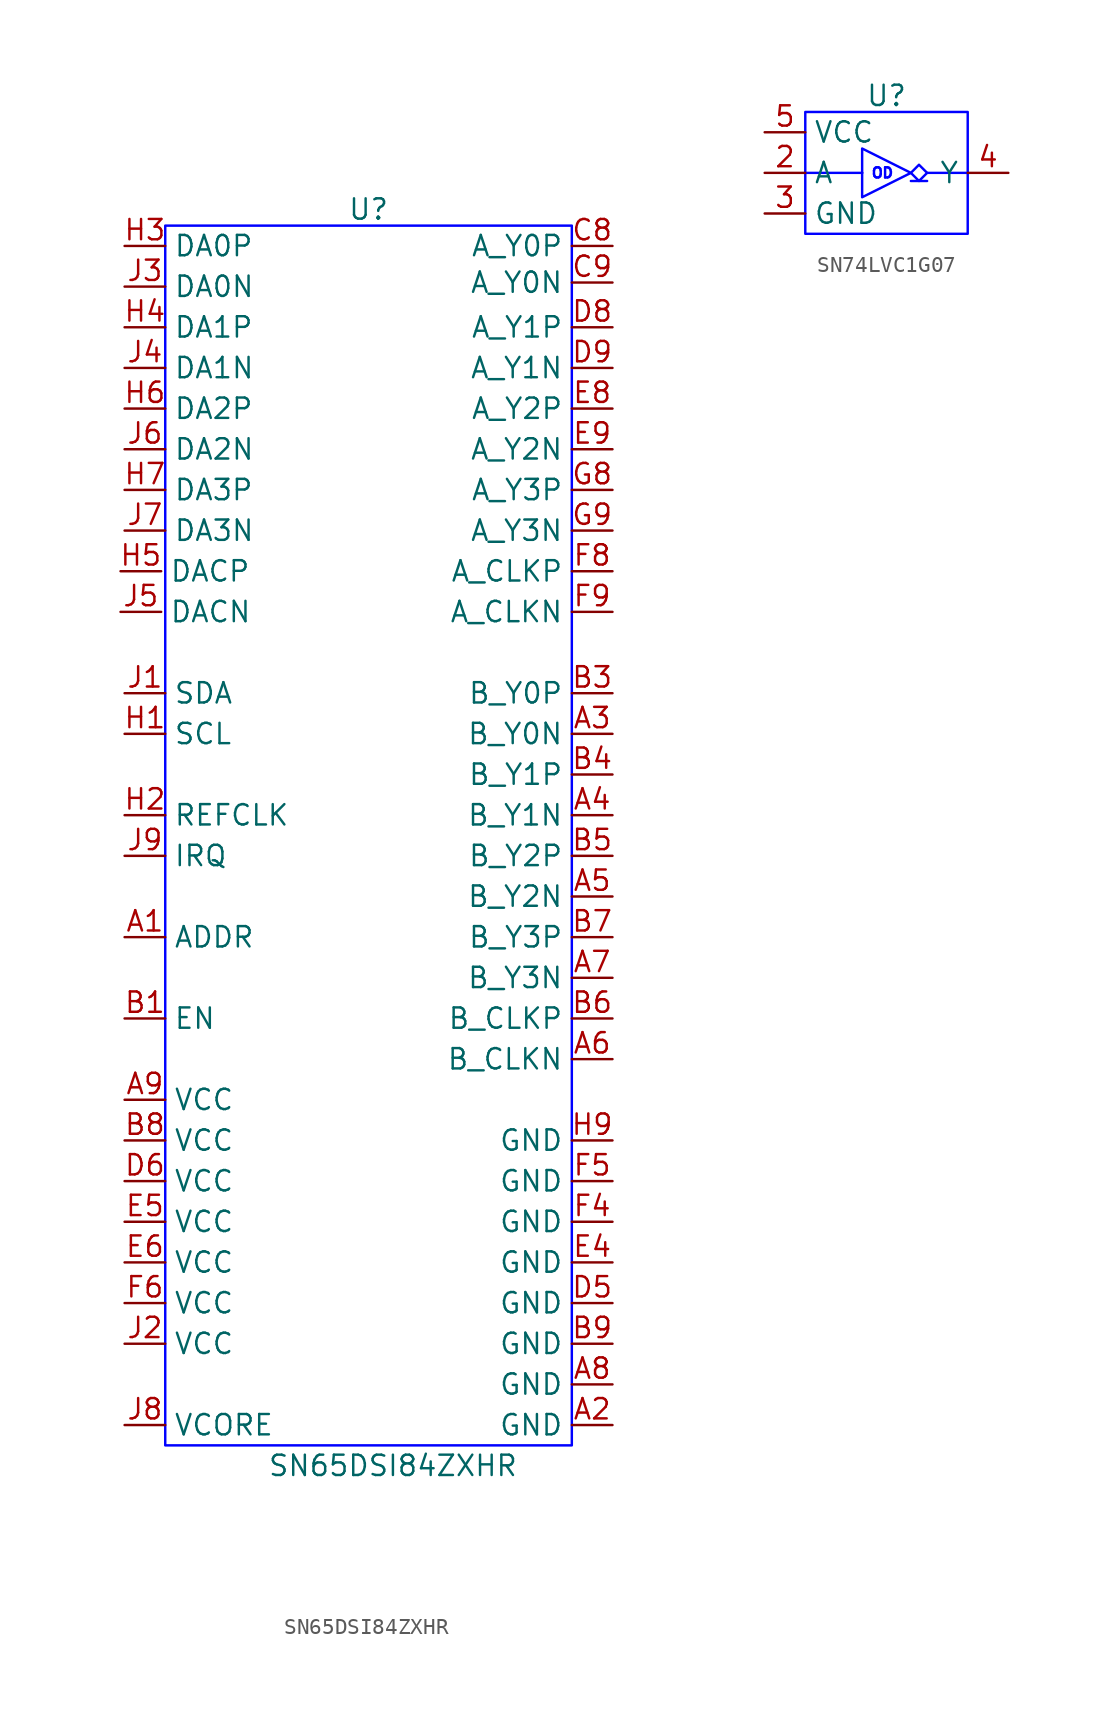
<source format=kicad_sym>
(kicad_symbol_lib
  (version 20241209)
  (generator "kicad_symbol_editor")
  (generator_version "9.0")
  (symbol "SN65DSI84ZXHR"
    (property "Reference" "U"
      (at 12.7 1.016 0)
      (effects (font (size 1.27 1.27))))
    (property "Value" "SN65DSI84ZXHR"
      (at 14.224 -77.47 0)
      (effects (font (size 1.27 1.27))))
    (symbol "SN65DSI84ZXHR_1_1"
      (rectangle (start 0 0) (end 25.4 -76.2) (stroke (width 0) (type solid) (color 0 0 255 1)) (fill (type none)))
      (pin input line (at -2.794 -21.59 0) (length 2.54) (name "DACP" (effects (font (size 1.27 1.27)))) (number "H5" (effects (font (size 1.27 1.27)))))
      (pin input line (at -2.794 -24.13 0) (length 2.54) (name "DACN" (effects (font (size 1.27 1.27)))) (number "J5" (effects (font (size 1.27 1.27)))))
      (pin input line (at -2.54 -1.27 0) (length 2.54) (name "DA0P" (effects (font (size 1.27 1.27)))) (number "H3" (effects (font (size 1.27 1.27)))))
      (pin input line (at -2.54 -3.81 0) (length 2.54) (name "DA0N" (effects (font (size 1.27 1.27)))) (number "J3" (effects (font (size 1.27 1.27)))))
      (pin input line (at -2.54 -6.35 0) (length 2.54) (name "DA1P" (effects (font (size 1.27 1.27)))) (number "H4" (effects (font (size 1.27 1.27)))))
      (pin input line (at -2.54 -8.89 0) (length 2.54) (name "DA1N" (effects (font (size 1.27 1.27)))) (number "J4" (effects (font (size 1.27 1.27)))))
      (pin input line (at -2.54 -11.43 0) (length 2.54) (name "DA2P" (effects (font (size 1.27 1.27)))) (number "H6" (effects (font (size 1.27 1.27)))))
      (pin input line (at -2.54 -13.97 0) (length 2.54) (name "DA2N" (effects (font (size 1.27 1.27)))) (number "J6" (effects (font (size 1.27 1.27)))))
      (pin input line (at -2.54 -16.51 0) (length 2.54) (name "DA3P" (effects (font (size 1.27 1.27)))) (number "H7" (effects (font (size 1.27 1.27)))))
      (pin input line (at -2.54 -19.05 0) (length 2.54) (name "DA3N" (effects (font (size 1.27 1.27)))) (number "J7" (effects (font (size 1.27 1.27)))))
      (pin bidirectional line (at -2.54 -29.21 0) (length 2.54) (name "SDA" (effects (font (size 1.27 1.27)))) (number "J1" (effects (font (size 1.27 1.27)))))
      (pin input line (at -2.54 -31.75 0) (length 2.54) (name "SCL" (effects (font (size 1.27 1.27)))) (number "H1" (effects (font (size 1.27 1.27)))))
      (pin input line (at -2.54 -36.83 0) (length 2.54) (name "REFCLK" (effects (font (size 1.27 1.27)))) (number "H2" (effects (font (size 1.27 1.27)))))
      (pin output line (at -2.54 -39.37 0) (length 2.54) (name "IRQ" (effects (font (size 1.27 1.27)))) (number "J9" (effects (font (size 1.27 1.27)))))
      (pin input line (at -2.54 -44.45 0) (length 2.54) (name "ADDR" (effects (font (size 1.27 1.27)))) (number "A1" (effects (font (size 1.27 1.27)))))
      (pin input line (at -2.54 -49.53 0) (length 2.54) (name "EN" (effects (font (size 1.27 1.27)))) (number "B1" (effects (font (size 1.27 1.27)))))
      (pin power_in line (at -2.54 -54.61 0) (length 2.54) (name "VCC" (effects (font (size 1.27 1.27)))) (number "A9" (effects (font (size 1.27 1.27)))))
      (pin power_in line (at -2.54 -57.15 0) (length 2.54) (name "VCC" (effects (font (size 1.27 1.27)))) (number "B8" (effects (font (size 1.27 1.27)))))
      (pin power_in line (at -2.54 -59.69 0) (length 2.54) (name "VCC" (effects (font (size 1.27 1.27)))) (number "D6" (effects (font (size 1.27 1.27)))))
      (pin power_in line (at -2.54 -62.23 0) (length 2.54) (name "VCC" (effects (font (size 1.27 1.27)))) (number "E5" (effects (font (size 1.27 1.27)))))
      (pin power_in line (at -2.54 -64.77 0) (length 2.54) (name "VCC" (effects (font (size 1.27 1.27)))) (number "E6" (effects (font (size 1.27 1.27)))))
      (pin power_in line (at -2.54 -67.31 0) (length 2.54) (name "VCC" (effects (font (size 1.27 1.27)))) (number "F6" (effects (font (size 1.27 1.27)))))
      (pin power_in line (at -2.54 -69.85 0) (length 2.54) (name "VCC" (effects (font (size 1.27 1.27)))) (number "J2" (effects (font (size 1.27 1.27)))))
      (pin power_in line (at -2.54 -74.93 0) (length 2.54) (name "VCORE" (effects (font (size 1.27 1.27)))) (number "J8" (effects (font (size 1.27 1.27)))))
      (pin no_connect line (at 2.54 0 270) (length 2.54) (hide yes) (name "NC" (effects (font (size 1.27 1.27)))) (number "C1" (effects (font (size 1.27 1.27)))))
      (pin no_connect line (at 5.08 0 270) (length 2.54) (hide yes) (name "NC" (effects (font (size 1.27 1.27)))) (number "C2" (effects (font (size 1.27 1.27)))))
      (pin no_connect line (at 7.62 0 270) (length 2.54) (hide yes) (name "NC" (effects (font (size 1.27 1.27)))) (number "D1" (effects (font (size 1.27 1.27)))))
      (pin no_connect line (at 10.16 0 270) (length 2.54) (hide yes) (name "NC" (effects (font (size 1.27 1.27)))) (number "D2" (effects (font (size 1.27 1.27)))))
      (pin no_connect line (at 10.16 -76.2 90) (length 2.54) (hide yes) (name "RSVD1" (effects (font (size 1.27 1.27)))) (number "H8" (effects (font (size 1.27 1.27)))))
      (pin no_connect line (at 12.7 0 270) (length 2.54) (hide yes) (name "NC" (effects (font (size 1.27 1.27)))) (number "E1" (effects (font (size 1.27 1.27)))))
      (pin no_connect line (at 15.24 0 270) (length 2.54) (hide yes) (name "NC" (effects (font (size 1.27 1.27)))) (number "E2" (effects (font (size 1.27 1.27)))))
      (pin no_connect line (at 17.78 0 270) (length 2.54) (hide yes) (name "NC" (effects (font (size 1.27 1.27)))) (number "F1" (effects (font (size 1.27 1.27)))))
      (pin no_connect line (at 17.78 -76.2 90) (length 2.54) (hide yes) (name "RSVD2" (effects (font (size 1.27 1.27)))) (number "B2" (effects (font (size 1.27 1.27)))))
      (pin no_connect line (at 20.32 0 270) (length 2.54) (hide yes) (name "NC" (effects (font (size 1.27 1.27)))) (number "F2" (effects (font (size 1.27 1.27)))))
      (pin no_connect line (at 22.86 0 270) (length 2.54) (hide yes) (name "NC" (effects (font (size 1.27 1.27)))) (number "G1" (effects (font (size 1.27 1.27)))))
      (pin no_connect line (at 25.4 0 270) (length 2.54) (hide yes) (name "NC" (effects (font (size 1.27 1.27)))) (number "G2" (effects (font (size 1.27 1.27)))))
      (pin output line (at 27.94 -1.27 180) (length 2.54) (name "A_Y0P" (effects (font (size 1.27 1.27)))) (number "C8" (effects (font (size 1.27 1.27)))))
      (pin output line (at 27.94 -3.556 180) (length 2.54) (name "A_Y0N" (effects (font (size 1.27 1.27)))) (number "C9" (effects (font (size 1.27 1.27)))))
      (pin output line (at 27.94 -6.35 180) (length 2.54) (name "A_Y1P" (effects (font (size 1.27 1.27)))) (number "D8" (effects (font (size 1.27 1.27)))))
      (pin output line (at 27.94 -8.89 180) (length 2.54) (name "A_Y1N" (effects (font (size 1.27 1.27)))) (number "D9" (effects (font (size 1.27 1.27)))))
      (pin output line (at 27.94 -11.43 180) (length 2.54) (name "A_Y2P" (effects (font (size 1.27 1.27)))) (number "E8" (effects (font (size 1.27 1.27)))))
      (pin output line (at 27.94 -13.97 180) (length 2.54) (name "A_Y2N" (effects (font (size 1.27 1.27)))) (number "E9" (effects (font (size 1.27 1.27)))))
      (pin output line (at 27.94 -16.51 180) (length 2.54) (name "A_Y3P" (effects (font (size 1.27 1.27)))) (number "G8" (effects (font (size 1.27 1.27)))))
      (pin output line (at 27.94 -19.05 180) (length 2.54) (name "A_Y3N" (effects (font (size 1.27 1.27)))) (number "G9" (effects (font (size 1.27 1.27)))))
      (pin output line (at 27.94 -21.59 180) (length 2.54) (name "A_CLKP" (effects (font (size 1.27 1.27)))) (number "F8" (effects (font (size 1.27 1.27)))))
      (pin output line (at 27.94 -24.13 180) (length 2.54) (name "A_CLKN" (effects (font (size 1.27 1.27)))) (number "F9" (effects (font (size 1.27 1.27)))))
      (pin output line (at 27.94 -29.21 180) (length 2.54) (name "B_Y0P" (effects (font (size 1.27 1.27)))) (number "B3" (effects (font (size 1.27 1.27)))))
      (pin output line (at 27.94 -31.75 180) (length 2.54) (name "B_Y0N" (effects (font (size 1.27 1.27)))) (number "A3" (effects (font (size 1.27 1.27)))))
      (pin output line (at 27.94 -34.29 180) (length 2.54) (name "B_Y1P" (effects (font (size 1.27 1.27)))) (number "B4" (effects (font (size 1.27 1.27)))))
      (pin output line (at 27.94 -36.83 180) (length 2.54) (name "B_Y1N" (effects (font (size 1.27 1.27)))) (number "A4" (effects (font (size 1.27 1.27)))))
      (pin output line (at 27.94 -39.37 180) (length 2.54) (name "B_Y2P" (effects (font (size 1.27 1.27)))) (number "B5" (effects (font (size 1.27 1.27)))))
      (pin output line (at 27.94 -41.91 180) (length 2.54) (name "B_Y2N" (effects (font (size 1.27 1.27)))) (number "A5" (effects (font (size 1.27 1.27)))))
      (pin output line (at 27.94 -44.45 180) (length 2.54) (name "B_Y3P" (effects (font (size 1.27 1.27)))) (number "B7" (effects (font (size 1.27 1.27)))))
      (pin output line (at 27.94 -46.99 180) (length 2.54) (name "B_Y3N" (effects (font (size 1.27 1.27)))) (number "A7" (effects (font (size 1.27 1.27)))))
      (pin output line (at 27.94 -49.53 180) (length 2.54) (name "B_CLKP" (effects (font (size 1.27 1.27)))) (number "B6" (effects (font (size 1.27 1.27)))))
      (pin output line (at 27.94 -52.07 180) (length 2.54) (name "B_CLKN" (effects (font (size 1.27 1.27)))) (number "A6" (effects (font (size 1.27 1.27)))))
      (pin power_in line (at 27.94 -57.15 180) (length 2.54) (name "GND" (effects (font (size 1.27 1.27)))) (number "H9" (effects (font (size 1.27 1.27)))))
      (pin power_in line (at 27.94 -59.69 180) (length 2.54) (name "GND" (effects (font (size 1.27 1.27)))) (number "F5" (effects (font (size 1.27 1.27)))))
      (pin power_in line (at 27.94 -62.23 180) (length 2.54) (name "GND" (effects (font (size 1.27 1.27)))) (number "F4" (effects (font (size 1.27 1.27)))))
      (pin power_in line (at 27.94 -64.77 180) (length 2.54) (name "GND" (effects (font (size 1.27 1.27)))) (number "E4" (effects (font (size 1.27 1.27)))))
      (pin power_in line (at 27.94 -67.31 180) (length 2.54) (name "GND" (effects (font (size 1.27 1.27)))) (number "D5" (effects (font (size 1.27 1.27)))))
      (pin power_in line (at 27.94 -69.85 180) (length 2.54) (name "GND" (effects (font (size 1.27 1.27)))) (number "B9" (effects (font (size 1.27 1.27)))))
      (pin power_in line (at 27.94 -72.39 180) (length 2.54) (name "GND" (effects (font (size 1.27 1.27)))) (number "A8" (effects (font (size 1.27 1.27)))))
      (pin power_in line (at 27.94 -74.93 180) (length 2.54) (name "GND" (effects (font (size 1.27 1.27)))) (number "A2" (effects (font (size 1.27 1.27)))))))
  (symbol "SN74LVC1G07"
    (property "Reference" "U"
      (at 5.08 1.016 0)
      (effects (font (size 1.27 1.27))))
    (property "Value" ""
      (at 0 0 0)
      (effects (font (size 1.27 1.27))))
    (symbol "SN74LVC1G07_0_1"
      (rectangle (start 0 0) (end 10.16 -7.62) (stroke (width 0) (type default) (color 0 0 255 1)) (fill (type none)))
      (polyline (pts (xy 0 -3.81) (xy 3.556 -3.81) (xy 3.556 -3.81)) (stroke (width 0) (type default) (color 0 0 255 1)) (fill (type none)))
      (polyline (pts (xy 3.556 -3.81) (xy 3.556 -3.81)) (stroke (width 0) (type default) (color 0 0 255 1)) (fill (type none)))
      (polyline (pts (xy 6.604 -3.81) (xy 3.556 -2.286) (xy 3.556 -5.334) (xy 6.604 -3.81)) (stroke (width 0) (type default) (color 0 0 255 1)) (fill (type none)))
      (polyline (pts (xy 7.112 -3.302) (xy 6.604 -3.81) (xy 7.112 -4.318) (xy 7.62 -3.81) (xy 7.112 -3.302)) (stroke (width 0) (type default) (color 0 0 255 1)) (fill (type none)))
      (polyline (pts (xy 7.62 -3.81) (xy 10.16 -3.81)) (stroke (width 0) (type default) (color 0 0 255 1)) (fill (type none)))
      (polyline (pts (xy 10.16 -3.81) (xy 10.16 -3.81)) (stroke (width 0) (type default) (color 0 0 255 1)) (fill (type none))))
    (symbol "SN74LVC1G07_1_1"
      (polyline (pts (xy 6.604 -4.318) (xy 7.62 -4.318)) (stroke (width 0) (type solid) (color 0 0 255 1)) (fill (type none)))
      (text "OD" (at 4.826 -3.81 0) (effects (font (size 0.635 0.635) (color 0 0 255 1))))
      (pin power_in line (at -2.54 -1.27 0) (length 2.54) (name "VCC" (effects (font (size 1.27 1.27)))) (number "5" (effects (font (size 1.27 1.27)))))
      (pin input line (at -2.54 -3.81 0) (length 2.54) (name "A" (effects (font (size 1.27 1.27)))) (number "2" (effects (font (size 1.27 1.27)))))
      (pin power_in line (at -2.54 -6.35 0) (length 2.54) (name "GND" (effects (font (size 1.27 1.27)))) (number "3" (effects (font (size 1.27 1.27)))))
      (pin no_connect line (at 12.7 -1.27 180) (length 2.54) (hide yes) (name "NC" (effects (font (size 1.27 1.27)))) (number "1" (effects (font (size 1.27 1.27)))))
      (pin output line (at 12.7 -3.81 180) (length 2.54) (name "Y" (effects (font (size 1.27 1.27)))) (number "4" (effects (font (size 1.27 1.27))))))))
</source>
